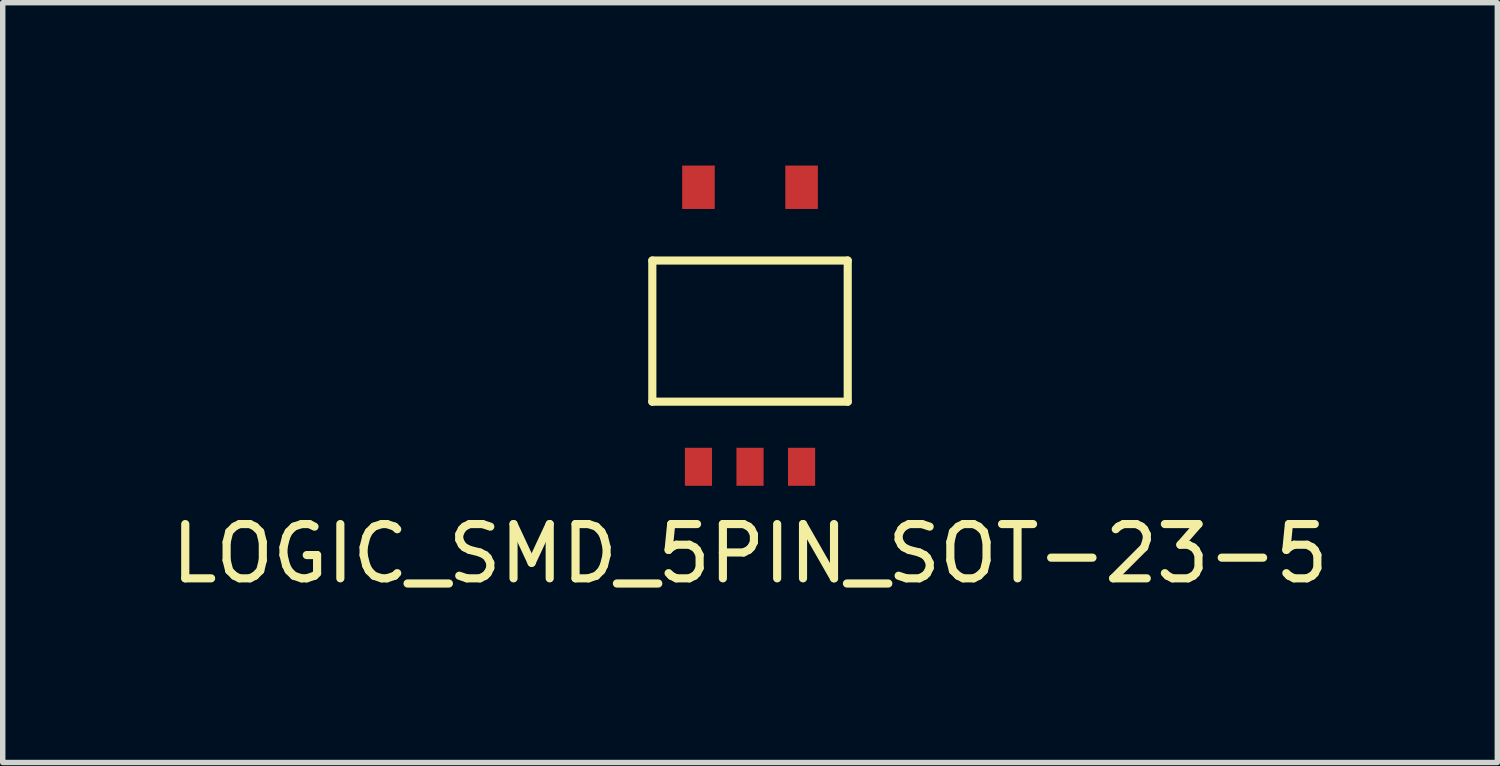
<source format=kicad_pcb>
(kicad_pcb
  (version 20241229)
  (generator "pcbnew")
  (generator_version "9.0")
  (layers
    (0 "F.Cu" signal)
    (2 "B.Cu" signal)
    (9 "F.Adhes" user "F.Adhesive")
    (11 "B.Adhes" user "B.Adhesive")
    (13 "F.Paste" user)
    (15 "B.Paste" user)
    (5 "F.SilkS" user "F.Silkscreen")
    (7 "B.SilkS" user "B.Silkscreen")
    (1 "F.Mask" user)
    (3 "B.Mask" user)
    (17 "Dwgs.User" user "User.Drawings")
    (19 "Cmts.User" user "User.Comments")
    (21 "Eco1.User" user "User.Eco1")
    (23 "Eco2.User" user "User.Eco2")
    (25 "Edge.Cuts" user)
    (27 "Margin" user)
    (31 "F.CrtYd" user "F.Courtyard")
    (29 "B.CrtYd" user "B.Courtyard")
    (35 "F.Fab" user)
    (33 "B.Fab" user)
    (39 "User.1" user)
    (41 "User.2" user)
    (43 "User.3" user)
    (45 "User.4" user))
  (footprint "LOGIC_SMD_5PIN_SOT-23-5"
    (layer "F.Cu")
    (at 10.768 3.15)
    (property "Reference" "LOGIC_SMD_5PIN_SOT-23-5" (at 0 4 0) (layer "F.SilkS") (effects (font (size 1 1) (thickness 0.15))))
    (attr through_hole)
    (fp_line (start -1.8 -1.4) (end -1.8 1.2) (stroke (width 0.15) (type solid)) (layer "F.SilkS"))
    (fp_line (start 1.8 -1.4) (end -1.8 -1.4) (stroke (width 0.15) (type solid)) (layer "F.SilkS"))
    (fp_line (start 1.8 1.2) (end -1.8 1.2) (stroke (width 0.15) (type solid)) (layer "F.SilkS"))
    (fp_line (start 1.8 1.2) (end 1.8 -1.4) (stroke (width 0.15) (type solid)) (layer "F.SilkS"))
    (pad "1" smd rect (at -0.95 2.4) (size 0.5 0.7) (layers "F.Cu" "F.Mask" "F.Paste"))
    (pad "1" smd rect (at 0 2.4) (size 0.5 0.7) (layers "F.Cu" "F.Mask" "F.Paste"))
    (pad "3" smd rect (at 0.95 -2.75) (size 0.6 0.8) (layers "F.Cu" "F.Mask" "F.Paste"))
    (pad "4" smd rect (at 0.95 2.4) (size 0.5 0.7) (layers "F.Cu" "F.Mask" "F.Paste"))
    (pad "5" smd rect (at -0.95 -2.75) (size 0.6 0.8) (layers "F.Cu" "F.Mask" "F.Paste")))
  (gr_rect
    (start -3 -3)
    (end 24.536 10.998)
    (stroke (width 0.1) (type default))
    (fill no)
    (layer "Edge.Cuts")))
</source>
